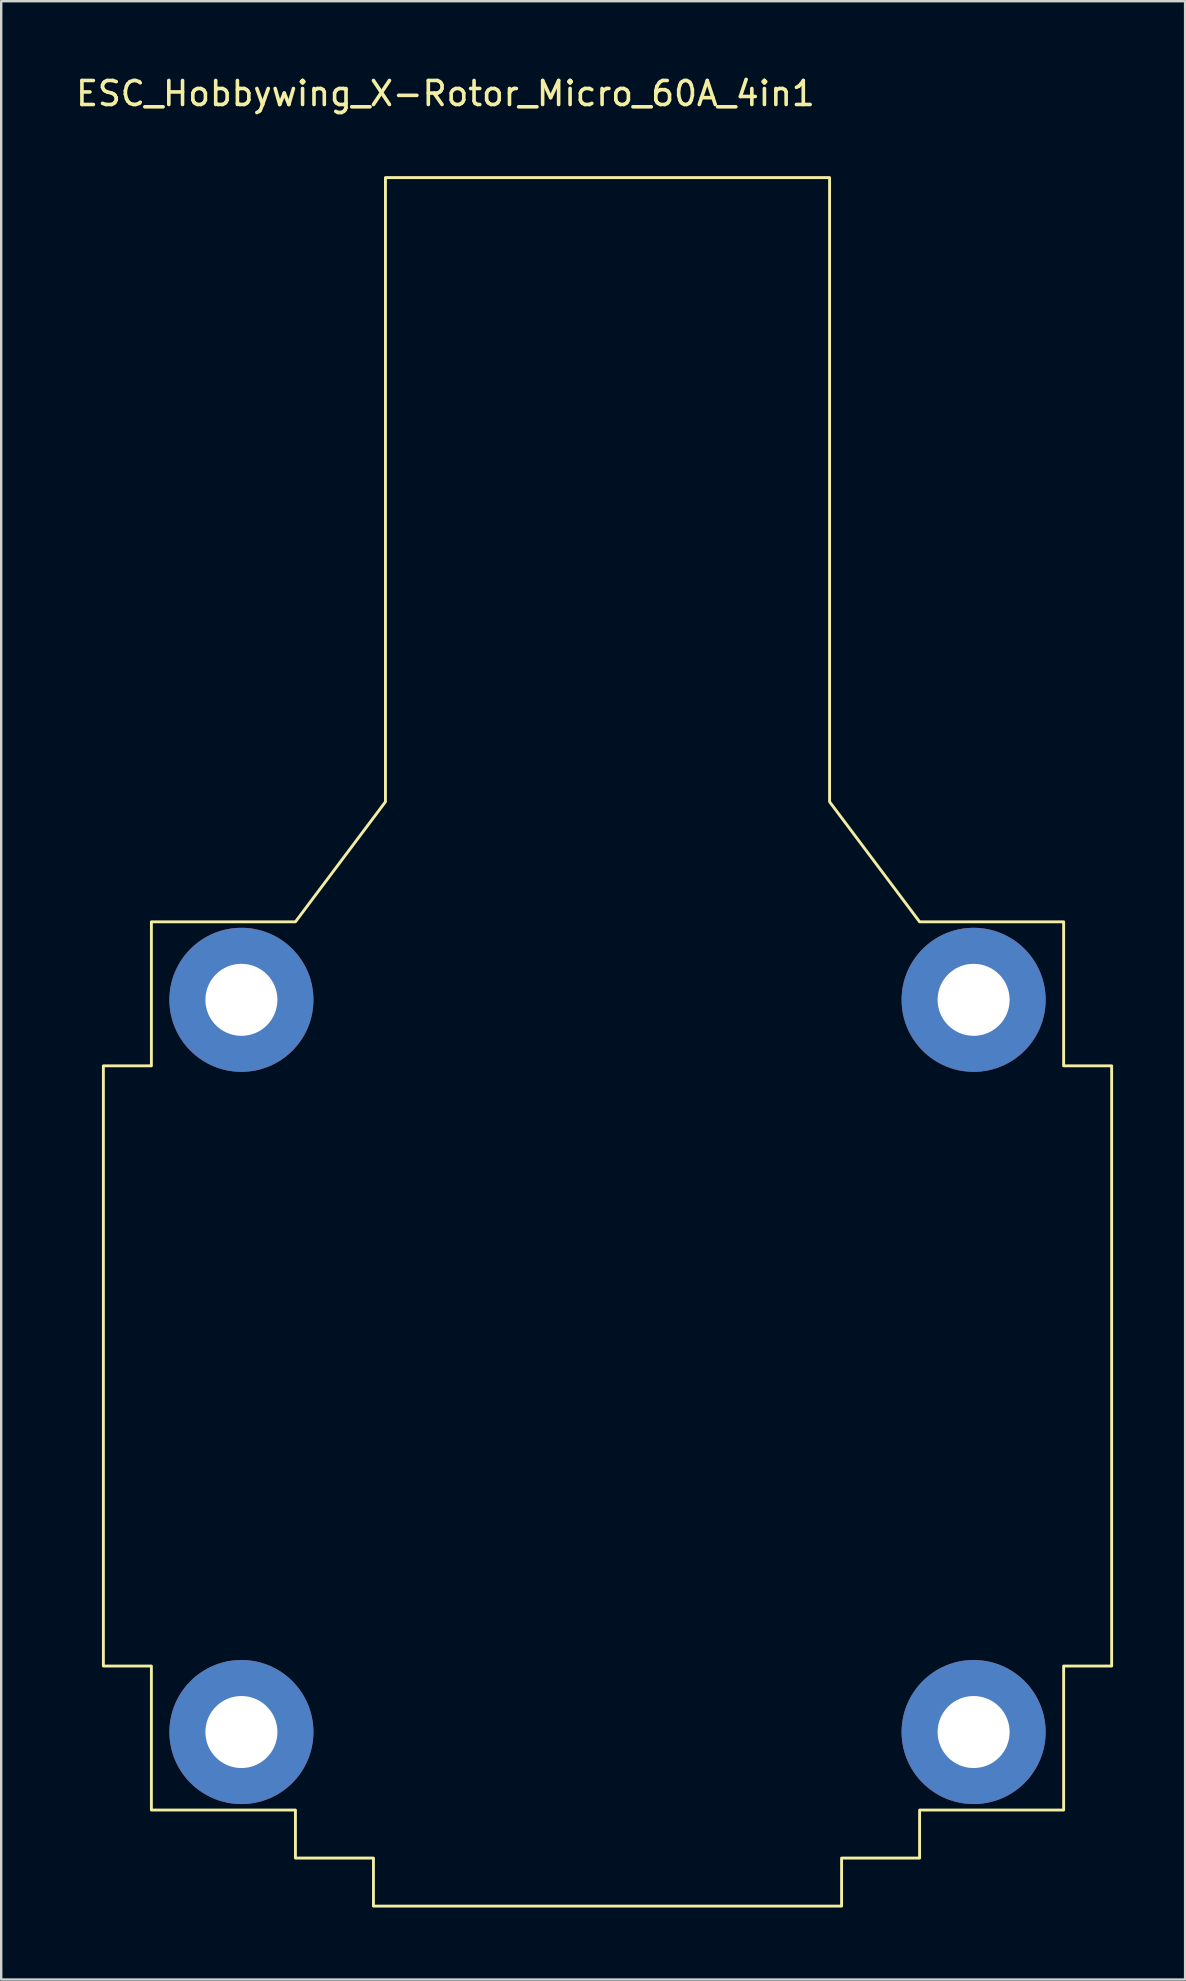
<source format=kicad_pcb>
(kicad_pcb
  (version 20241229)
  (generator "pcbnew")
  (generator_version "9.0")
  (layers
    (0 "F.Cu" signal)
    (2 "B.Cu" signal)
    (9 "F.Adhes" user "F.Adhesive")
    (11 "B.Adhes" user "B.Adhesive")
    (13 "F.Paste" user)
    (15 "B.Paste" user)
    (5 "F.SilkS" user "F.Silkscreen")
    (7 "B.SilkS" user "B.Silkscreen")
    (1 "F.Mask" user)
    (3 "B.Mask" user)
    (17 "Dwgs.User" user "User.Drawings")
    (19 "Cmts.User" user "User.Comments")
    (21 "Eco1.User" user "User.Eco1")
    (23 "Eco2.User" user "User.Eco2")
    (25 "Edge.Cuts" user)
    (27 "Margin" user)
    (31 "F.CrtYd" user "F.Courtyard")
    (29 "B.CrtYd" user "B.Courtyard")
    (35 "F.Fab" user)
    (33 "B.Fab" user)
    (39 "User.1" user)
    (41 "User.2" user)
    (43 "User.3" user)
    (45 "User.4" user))
  (footprint "ESC_Hobbywing_X-Rotor_Micro_60A_4in1"
    (layer "F.Cu")
    (at 1.256 4.348)
    (property "Reference" "ESC_Hobbywing_X-Rotor_Micro_60A_4in1" (at 14.25 -3.5 0) (unlocked yes) (layer "F.SilkS") (effects (font (size 1 1) (thickness 0.15))))
    (attr through_hole)
    (fp_poly (pts (xy 30.25 26) (xy 34 31) (xy 40 31) (xy 40 37) (xy 42 37) (xy 42 62) (xy 40 62) (xy 40 68) (xy 34 68) (xy 34 70) (xy 30.75 70) (xy 30.75 72) (xy 11.25 72) (xy 11.25 70) (xy 8 70) (xy 8 68) (xy 2 68) (xy 2 62) (xy 0 62) (xy 0 37) (xy 2 37) (xy 2 31) (xy 8 31) (xy 11.75 26) (xy 11.75 0) (xy 30.25 0)) (stroke (width 0.12) (type solid)) (fill no) (layer "F.SilkS"))
    (pad "1" thru_hole circle (at 5.75 34.25) (size 6 6) (drill 3) (layers "*.Cu" "*.Mask"))
    (pad "2" thru_hole circle (at 36.25 34.25) (size 6 6) (drill 3) (layers "*.Cu" "*.Mask"))
    (pad "3" thru_hole circle (at 36.25 64.75) (size 6 6) (drill 3) (layers "*.Cu" "*.Mask"))
    (pad "4" thru_hole circle (at 5.75 64.75) (size 6 6) (drill 3) (layers "*.Cu" "*.Mask")))
  (gr_rect
    (start -3 -3)
    (end 46.316 79.408)
    (stroke (width 0.1) (type default))
    (fill no)
    (layer "Edge.Cuts")))
</source>
